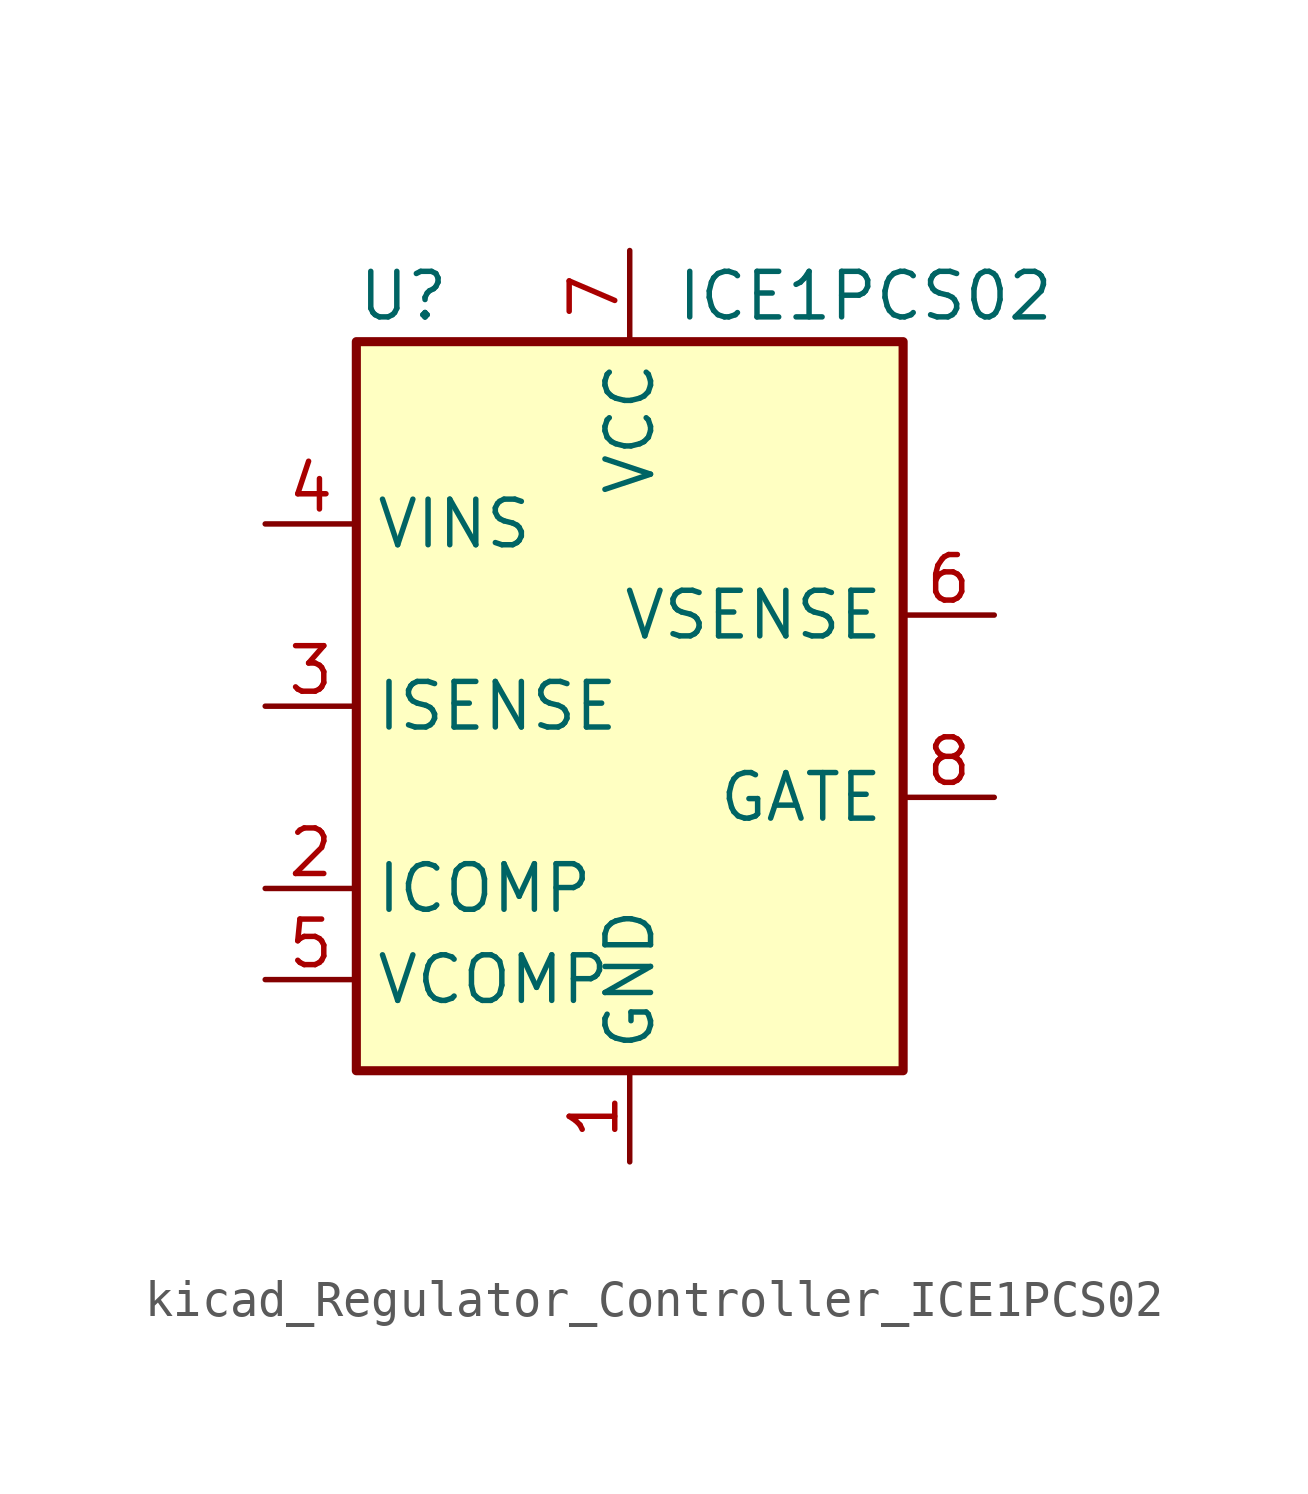
<source format=kicad_sym>
(kicad_symbol_lib
  (version 20220914)
  (generator kicad_symbol_editor)
  (symbol "kicad_Regulator_Controller_ICE1PCS02"
    (property "Reference" "U"
      (at -7.62 11.43 0)
      (effects (font (size 1.27 1.27)) (justify left)))
    (property "Value" "ICE1PCS02"
      (at 1.27 11.43 0)
      (effects (font (size 1.27 1.27)) (justify left)))
    (symbol "kicad_Regulator_Controller_ICE1PCS02_0_0"
      (rectangle (start -7.62 10.16) (end 7.62 -10.16) (stroke (width 0.254) (type default)) (fill (type background))))
    (symbol "kicad_Regulator_Controller_ICE1PCS02_1_1"
      (pin power_in line (at 0 -12.7 90) (length 2.54) (name "GND" (effects (font (size 1.27 1.27)))) (number "1" (effects (font (size 1.27 1.27)))))
      (pin passive line (at -10.16 -5.08 0) (length 2.54) (name "ICOMP" (effects (font (size 1.27 1.27)))) (number "2" (effects (font (size 1.27 1.27)))))
      (pin input line (at -10.16 0 0) (length 2.54) (name "ISENSE" (effects (font (size 1.27 1.27)))) (number "3" (effects (font (size 1.27 1.27)))))
      (pin input line (at -10.16 5.08 0) (length 2.54) (name "VINS" (effects (font (size 1.27 1.27)))) (number "4" (effects (font (size 1.27 1.27)))))
      (pin passive line (at -10.16 -7.62 0) (length 2.54) (name "VCOMP" (effects (font (size 1.27 1.27)))) (number "5" (effects (font (size 1.27 1.27)))))
      (pin input line (at 10.16 2.54 180) (length 2.54) (name "VSENSE" (effects (font (size 1.27 1.27)))) (number "6" (effects (font (size 1.27 1.27)))))
      (pin power_in line (at 0 12.7 270) (length 2.54) (name "VCC" (effects (font (size 1.27 1.27)))) (number "7" (effects (font (size 1.27 1.27)))))
      (pin output line (at 10.16 -2.54 180) (length 2.54) (name "GATE" (effects (font (size 1.27 1.27)))) (number "8" (effects (font (size 1.27 1.27))))))))
</source>
